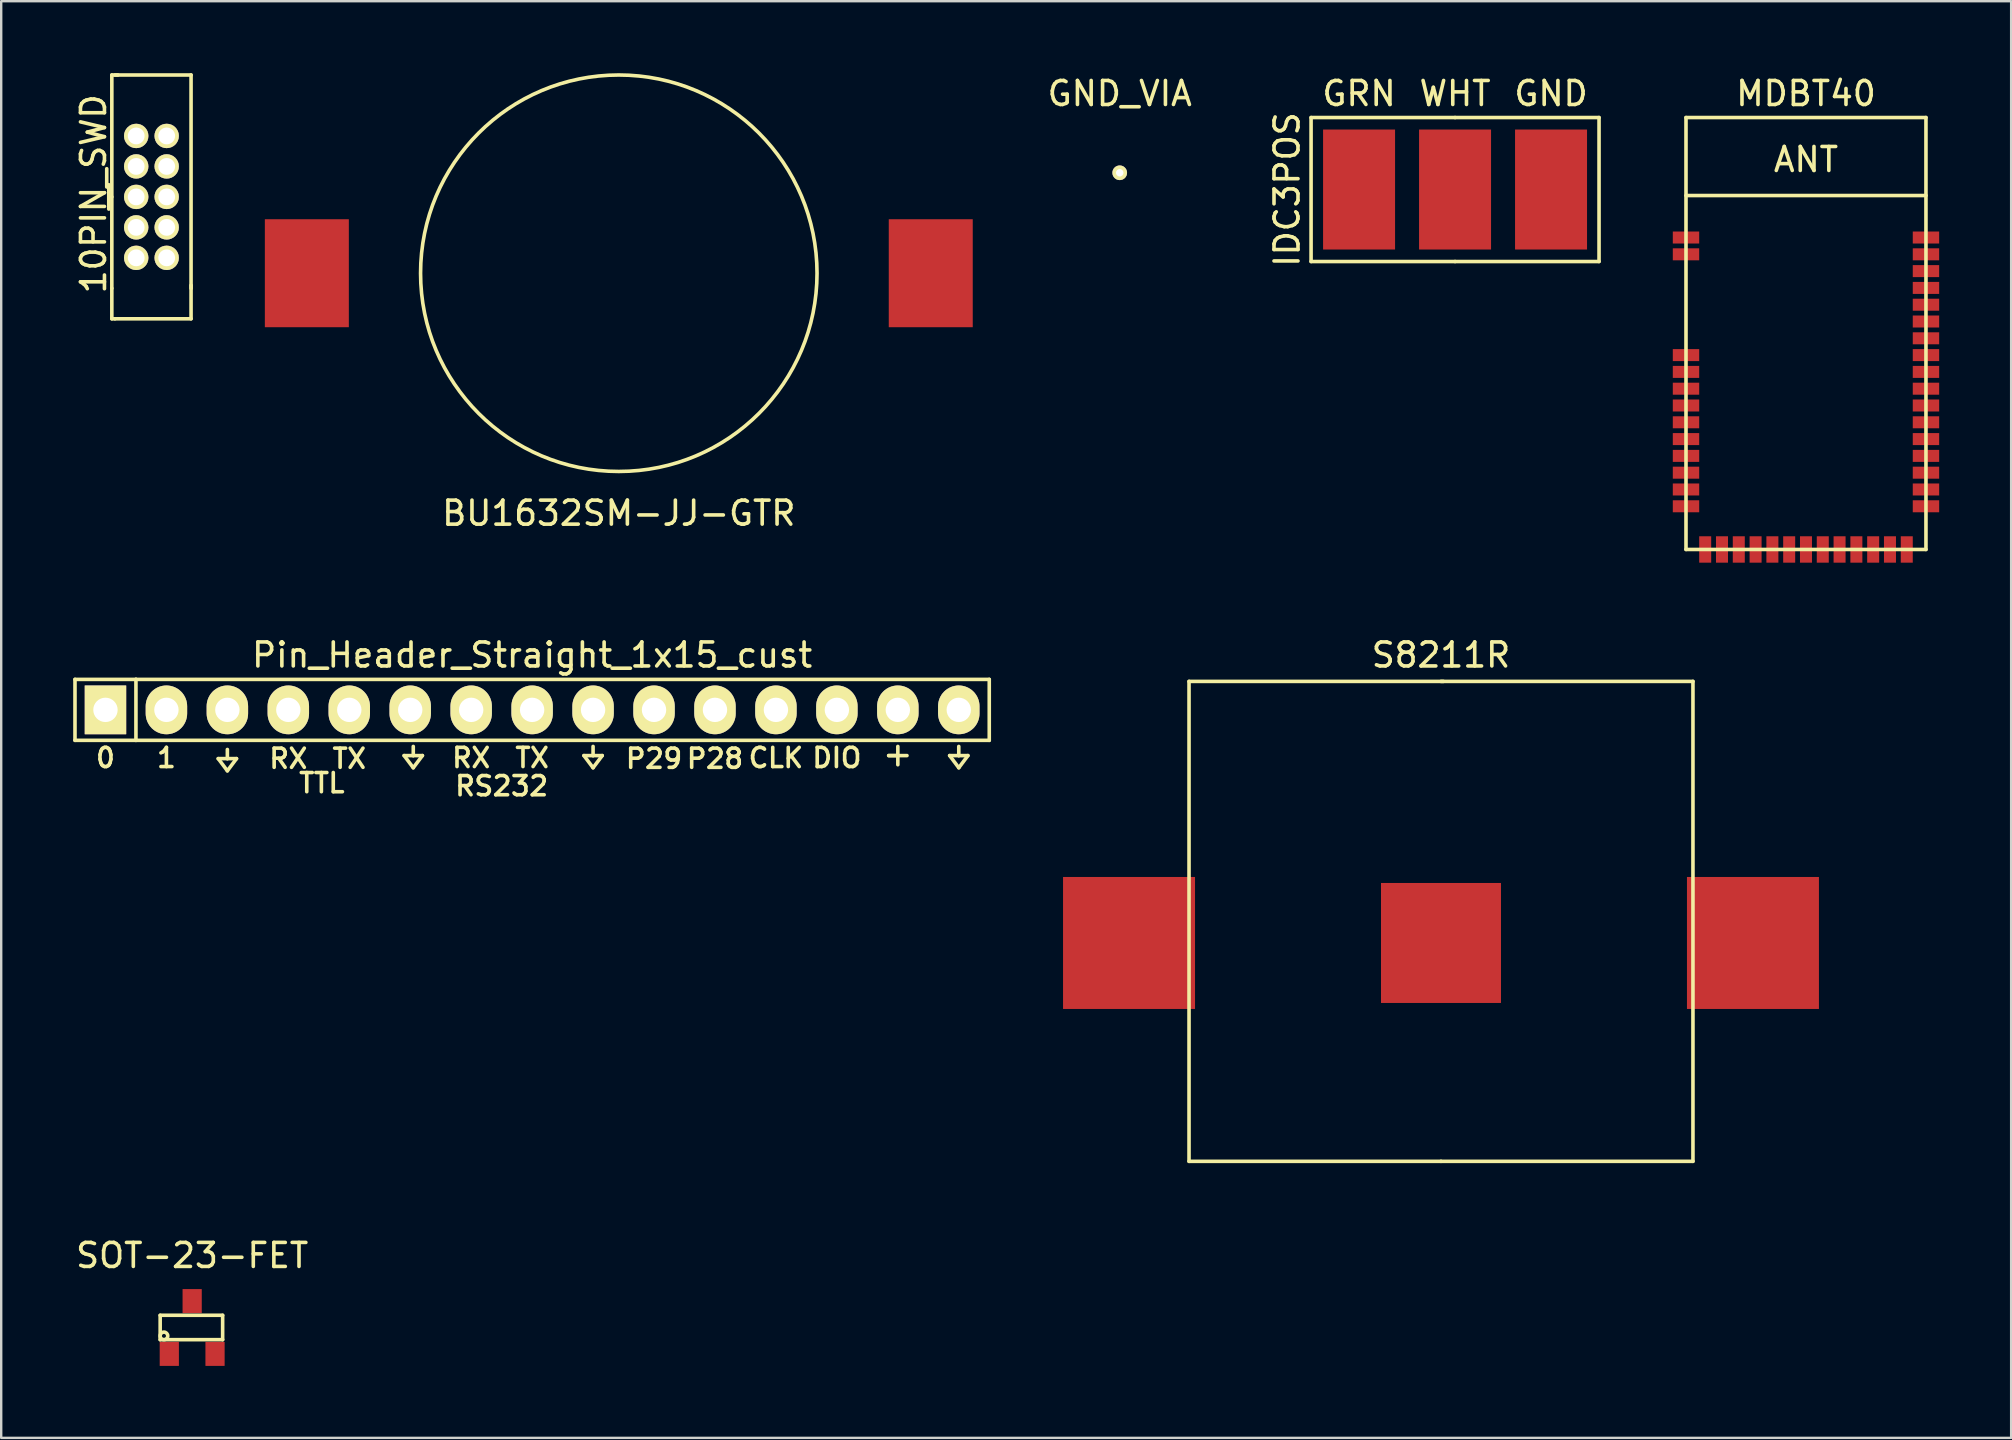
<source format=kicad_pcb>
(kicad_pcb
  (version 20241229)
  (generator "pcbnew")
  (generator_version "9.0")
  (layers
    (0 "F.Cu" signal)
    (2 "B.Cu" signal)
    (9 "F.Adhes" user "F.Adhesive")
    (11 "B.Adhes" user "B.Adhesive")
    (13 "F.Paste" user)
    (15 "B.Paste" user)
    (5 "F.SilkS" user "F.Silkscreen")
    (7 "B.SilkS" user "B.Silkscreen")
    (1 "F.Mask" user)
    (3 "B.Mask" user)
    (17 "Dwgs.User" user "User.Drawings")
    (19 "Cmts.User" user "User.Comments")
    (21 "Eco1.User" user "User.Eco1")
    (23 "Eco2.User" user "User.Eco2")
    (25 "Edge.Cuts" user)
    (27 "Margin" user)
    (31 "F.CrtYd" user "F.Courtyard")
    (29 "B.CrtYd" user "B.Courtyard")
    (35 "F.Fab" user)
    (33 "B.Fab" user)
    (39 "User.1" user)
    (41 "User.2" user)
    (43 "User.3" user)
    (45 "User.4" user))
  (footprint "SOT-23-FET"
    (layer "F.Cu")
    (at 4.958 52.27)
    (property "Reference" "SOT-23-FET" (at 0 -3 180) (layer "F.SilkS") (effects (font (size 1 1) (thickness 0.15))))
    (attr through_hole)
    (fp_line (start -1.333 -0.508) (end -1.333 0.508) (stroke (width 0.15) (type solid)) (layer "F.SilkS"))
    (fp_line (start -1.333 -0.508) (end 1.27 -0.508) (stroke (width 0.15) (type solid)) (layer "F.SilkS"))
    (fp_line (start 1.27 -0.508) (end 1.27 0.508) (stroke (width 0.15) (type solid)) (layer "F.SilkS"))
    (fp_line (start 1.27 0.508) (end -1.333 0.508) (stroke (width 0.15) (type solid)) (layer "F.SilkS"))
    (fp_circle (center -1.176 0.351) (end -1.3 0.45) (stroke (width 0.15) (type solid)) (fill no) (layer "F.SilkS"))
    (pad "D" smd rect (at 0 -1.1) (size 0.8 1.001) (layers "F.Cu" "F.Mask" "F.Paste"))
    (pad "G" smd rect (at -0.953 1.1) (size 0.8 1.001) (layers "F.Cu" "F.Mask" "F.Paste"))
    (pad "S" smd rect (at 0.953 1.1) (size 0.8 1.001) (layers "F.Cu" "F.Mask" "F.Paste")))
  (footprint "10PIN_SWD"
    (layer "F.Cu")
    (at 2.626 2.615)
    (property "Reference" "10PIN_SWD" (at -1.778 2.413 90) (layer "F.SilkS") (effects (font (size 1 1) (thickness 0.15))))
    (attr through_hole)
    (fp_line (start -1.143 3.048) (end -1.143 2.032) (stroke (width 0.15) (type solid)) (layer "F.SilkS"))
    (fp_line (start -1.016 -2.54) (end -0.762 -2.54) (stroke (width 0.15) (type solid)) (layer "F.SilkS"))
    (fp_line (start -1.016 2.54) (end -1.016 -2.54) (stroke (width 0.15) (type solid)) (layer "F.SilkS"))
    (fp_line (start -1.016 6.35) (end -1.016 2.54) (stroke (width 0.15) (type solid)) (layer "F.SilkS"))
    (fp_line (start -1.016 6.35) (end -1.016 7.62) (stroke (width 0.15) (type solid)) (layer "F.SilkS"))
    (fp_line (start -1.016 7.62) (end -0.889 7.62) (stroke (width 0.15) (type solid)) (layer "F.SilkS"))
    (fp_line (start -0.889 -2.54) (end 2.286 -2.54) (stroke (width 0.15) (type solid)) (layer "F.SilkS"))
    (fp_line (start -0.889 7.62) (end 2.286 7.62) (stroke (width 0.15) (type solid)) (layer "F.SilkS"))
    (fp_line (start 2.286 -2.54) (end 2.286 6.35) (stroke (width 0.15) (type solid)) (layer "F.SilkS"))
    (fp_line (start 2.286 7.62) (end 2.286 6.223) (stroke (width 0.15) (type solid)) (layer "F.SilkS"))
    (pad "1" thru_hole circle (at 0 0) (size 1.016 1.016) (drill 0.7) (layers "*.Cu" "*.Mask" "F.SilkS"))
    (pad "2" thru_hole circle (at 1.27 0) (size 1.016 1.016) (drill 0.7) (layers "*.Cu" "*.Mask" "F.SilkS"))
    (pad "3" thru_hole circle (at 0 1.27) (size 1.016 1.016) (drill 0.7) (layers "*.Cu" "*.Mask" "F.SilkS"))
    (pad "4" thru_hole circle (at 1.27 1.27) (size 1.016 1.016) (drill 0.7) (layers "*.Cu" "*.Mask" "F.SilkS"))
    (pad "5" thru_hole circle (at 0 2.54) (size 1.016 1.016) (drill 0.7) (layers "*.Cu" "*.Mask" "F.SilkS"))
    (pad "6" thru_hole circle (at 1.27 2.54) (size 1.016 1.016) (drill 0.7) (layers "*.Cu" "*.Mask" "F.SilkS"))
    (pad "7" thru_hole circle (at 0 3.81) (size 1.016 1.016) (drill 0.7) (layers "*.Cu" "*.Mask" "F.SilkS"))
    (pad "8" thru_hole circle (at 1.27 3.81) (size 1.016 1.016) (drill 0.7) (layers "*.Cu" "*.Mask" "F.SilkS"))
    (pad "9" thru_hole circle (at 0 5.08) (size 1.016 1.016) (drill 0.7) (layers "*.Cu" "*.Mask" "F.SilkS"))
    (pad "10" thru_hole circle (at 1.27 5.08) (size 1.016 1.016) (drill 0.7) (layers "*.Cu" "*.Mask" "F.SilkS")))
  (footprint "IDC3POS"
    (layer "F.Cu")
    (at 57.586 4.848)
    (property "Reference" "IDC3POS" (at -7 0 90) (layer "F.SilkS") (effects (font (size 1 1) (thickness 0.15))))
    (attr through_hole)
    (fp_line (start -6 -3) (end 0 -3) (stroke (width 0.15) (type solid)) (layer "F.SilkS"))
    (fp_line (start -6 3) (end -6 -3) (stroke (width 0.15) (type solid)) (layer "F.SilkS"))
    (fp_line (start 0 -3) (end 6 -3) (stroke (width 0.15) (type solid)) (layer "F.SilkS"))
    (fp_line (start 0 3) (end -6 3) (stroke (width 0.15) (type solid)) (layer "F.SilkS"))
    (fp_line (start 6 -3) (end 6 3) (stroke (width 0.15) (type solid)) (layer "F.SilkS"))
    (fp_line (start 6 3) (end 0 3) (stroke (width 0.15) (type solid)) (layer "F.SilkS"))
    (fp_text user "GRN" (at -4 -4 0) (layer "F.SilkS") (effects (font (size 1 1) (thickness 0.15))))
    (fp_text user "WHT" (at 0 -4 0) (layer "F.SilkS") (effects (font (size 1 1) (thickness 0.15))))
    (fp_text user "GND" (at 4 -4 0) (layer "F.SilkS") (effects (font (size 1 1) (thickness 0.15))))
    (pad "1" smd rect (at -4 0) (size 3 5) (layers "F.Cu" "F.Mask" "F.Paste"))
    (pad "2" smd rect (at 0 0) (size 3 5) (layers "F.Cu" "F.Mask" "F.Paste"))
    (pad "3" smd rect (at 4 0) (size 3 5) (layers "F.Cu" "F.Mask" "F.Paste")))
  (footprint "S8211R"
    (layer "F.Cu")
    (at 57 36.246)
    (property "Reference" "S8211R" (at 0 -12 0) (layer "F.SilkS") (effects (font (size 1 1) (thickness 0.15))))
    (attr through_hole)
    (fp_line (start -10.5 -10.9) (end 0.1 -10.9) (stroke (width 0.15) (type solid)) (layer "F.SilkS"))
    (fp_line (start -10.5 9.1) (end -10.5 -10.9) (stroke (width 0.15) (type solid)) (layer "F.SilkS"))
    (fp_line (start 0 -10.9) (end 10.5 -10.9) (stroke (width 0.15) (type solid)) (layer "F.SilkS"))
    (fp_line (start 0 9.1) (end -10.5 9.1) (stroke (width 0.15) (type solid)) (layer "F.SilkS"))
    (fp_line (start 10.5 -10.9) (end 10.5 9.1) (stroke (width 0.15) (type solid)) (layer "F.SilkS"))
    (fp_line (start 10.5 9.1) (end 0 9.1) (stroke (width 0.15) (type solid)) (layer "F.SilkS"))
    (pad "1" smd rect (at -13 0) (size 5.5 5.5) (layers "F.Cu" "F.Mask" "F.Paste"))
    (pad "1" smd rect (at 13 0) (size 5.5 5.5) (layers "F.Cu" "F.Mask" "F.Paste"))
    (pad "2" smd rect (at 0 0) (size 5 5) (layers "F.Cu" "F.Mask" "F.Paste")))
  (footprint "BU1632SM-JJ-GTR"
    (layer "F.Cu")
    (at 22.737 8.336)
    (property "Reference" "BU1632SM-JJ-GTR" (at 0 10 0) (layer "F.SilkS") (effects (font (size 1 1) (thickness 0.15))))
    (attr through_hole)
    (fp_circle (center 0 0) (end 8.2 1) (stroke (width 0.15) (type solid)) (fill no) (layer "F.SilkS"))
    (pad "1" smd rect (at -13 0) (size 3.5 4.5) (layers "F.Cu" "F.Mask" "F.Paste"))
    (pad "2" smd rect (at 13 0) (size 3.5 4.5) (layers "F.Cu" "F.Mask" "F.Paste")))
  (footprint "Pin_Header_Straight_1x15_cust"
    (layer "F.Cu")
    (at 19.125 26.532)
    (property "Reference" "Pin_Header_Straight_1x15_cust" (at 0 -2.286 0) (layer "F.SilkS") (effects (font (size 1 1) (thickness 0.15))))
    (attr through_hole)
    (fp_line (start -19.05 -1.27) (end -19.05 1.27) (stroke (width 0.15) (type solid)) (layer "F.SilkS"))
    (fp_line (start -19.05 -1.27) (end -16.51 -1.27) (stroke (width 0.15) (type solid)) (layer "F.SilkS"))
    (fp_line (start -19.05 1.27) (end -16.51 1.27) (stroke (width 0.15) (type solid)) (layer "F.SilkS"))
    (fp_line (start -16.51 -1.27) (end -16.51 1.27) (stroke (width 0.15) (type solid)) (layer "F.SilkS"))
    (fp_line (start -16.51 1.27) (end 19.05 1.27) (stroke (width 0.15) (type solid)) (layer "F.SilkS"))
    (fp_line (start -13.081 2.032) (end -12.7 2.54) (stroke (width 0.15) (type solid)) (layer "F.SilkS"))
    (fp_line (start -12.7 1.651) (end -12.7 2.032) (stroke (width 0.15) (type solid)) (layer "F.SilkS"))
    (fp_line (start -12.7 2.032) (end -13.081 2.032) (stroke (width 0.15) (type solid)) (layer "F.SilkS"))
    (fp_line (start -12.7 2.54) (end -12.319 2.032) (stroke (width 0.15) (type solid)) (layer "F.SilkS"))
    (fp_line (start -12.319 2.032) (end -12.7 2.032) (stroke (width 0.15) (type solid)) (layer "F.SilkS"))
    (fp_line (start -5.334 1.905) (end -4.953 2.413) (stroke (width 0.15) (type solid)) (layer "F.SilkS"))
    (fp_line (start -4.953 1.524) (end -4.953 1.905) (stroke (width 0.15) (type solid)) (layer "F.SilkS"))
    (fp_line (start -4.953 1.905) (end -5.334 1.905) (stroke (width 0.15) (type solid)) (layer "F.SilkS"))
    (fp_line (start -4.953 2.413) (end -4.572 1.905) (stroke (width 0.15) (type solid)) (layer "F.SilkS"))
    (fp_line (start -4.572 1.905) (end -4.953 1.905) (stroke (width 0.15) (type solid)) (layer "F.SilkS"))
    (fp_line (start 2.159 1.905) (end 2.54 2.413) (stroke (width 0.15) (type solid)) (layer "F.SilkS"))
    (fp_line (start 2.54 1.524) (end 2.54 1.905) (stroke (width 0.15) (type solid)) (layer "F.SilkS"))
    (fp_line (start 2.54 1.905) (end 2.159 1.905) (stroke (width 0.15) (type solid)) (layer "F.SilkS"))
    (fp_line (start 2.54 2.413) (end 2.921 1.905) (stroke (width 0.15) (type solid)) (layer "F.SilkS"))
    (fp_line (start 2.921 1.905) (end 2.54 1.905) (stroke (width 0.15) (type solid)) (layer "F.SilkS"))
    (fp_line (start 14.859 1.905) (end 15.621 1.905) (stroke (width 0.15) (type solid)) (layer "F.SilkS"))
    (fp_line (start 15.24 1.524) (end 15.24 2.286) (stroke (width 0.15) (type solid)) (layer "F.SilkS"))
    (fp_line (start 15.24 1.905) (end 14.859 1.905) (stroke (width 0.15) (type solid)) (layer "F.SilkS"))
    (fp_line (start 17.399 1.905) (end 17.78 2.413) (stroke (width 0.15) (type solid)) (layer "F.SilkS"))
    (fp_line (start 17.78 1.524) (end 17.78 1.905) (stroke (width 0.15) (type solid)) (layer "F.SilkS"))
    (fp_line (start 17.78 1.905) (end 17.399 1.905) (stroke (width 0.15) (type solid)) (layer "F.SilkS"))
    (fp_line (start 17.78 2.413) (end 18.161 1.905) (stroke (width 0.15) (type solid)) (layer "F.SilkS"))
    (fp_line (start 18.161 1.905) (end 17.78 1.905) (stroke (width 0.15) (type solid)) (layer "F.SilkS"))
    (fp_line (start 19.05 -1.27) (end -16.51 -1.27) (stroke (width 0.15) (type solid)) (layer "F.SilkS"))
    (fp_line (start 19.05 1.27) (end 19.05 -1.27) (stroke (width 0.15) (type solid)) (layer "F.SilkS"))
    (fp_text user "RS232" (at -1.27 3.175 0) (layer "F.SilkS") (effects (font (size 0.8 0.8) (thickness 0.15))))
    (fp_text user "CLK" (at 10.16 2 0) (layer "F.SilkS") (effects (font (size 0.8 0.8) (thickness 0.15))))
    (fp_text user "DIO" (at 12.7 2 0) (layer "F.SilkS") (effects (font (size 0.8 0.8) (thickness 0.15))))
    (fp_text user "0" (at -17.78 2 0) (layer "F.SilkS") (effects (font (size 0.8 0.8) (thickness 0.15))))
    (fp_text user "TTL" (at -8.763 3.048 0) (layer "F.SilkS") (effects (font (size 0.8 0.8) (thickness 0.15))))
    (fp_text user "TX" (at -7.62 2.032 0) (layer "F.SilkS") (effects (font (size 0.8 0.8) (thickness 0.15))))
    (fp_text user "RX" (at -2.54 2 0) (layer "F.SilkS") (effects (font (size 0.8 0.8) (thickness 0.15))))
    (fp_text user "TX" (at 0 2 0) (layer "F.SilkS") (effects (font (size 0.8 0.8) (thickness 0.15))))
    (fp_text user "P28" (at 7.62 2.032 0) (layer "F.SilkS") (effects (font (size 0.8 0.8) (thickness 0.15))))
    (fp_text user "P29" (at 5.08 2.032 0) (layer "F.SilkS") (effects (font (size 0.8 0.8) (thickness 0.15))))
    (fp_text user "RX" (at -10.16 2.032 0) (layer "F.SilkS") (effects (font (size 0.8 0.8) (thickness 0.15))))
    (fp_text user "1" (at -15.24 2 0) (layer "F.SilkS") (effects (font (size 0.8 0.8) (thickness 0.15))))
    (pad "1" thru_hole rect (at -17.78 0) (size 1.727 2.032) (drill 1.016) (layers "*.Cu" "*.Mask" "F.SilkS"))
    (pad "2" thru_hole oval (at -15.24 0) (size 1.727 2.032) (drill 1.016) (layers "*.Cu" "*.Mask" "F.SilkS"))
    (pad "3" thru_hole oval (at -12.7 0) (size 1.727 2.032) (drill 1.016) (layers "*.Cu" "*.Mask" "F.SilkS"))
    (pad "4" thru_hole oval (at -10.16 0) (size 1.727 2.032) (drill 1.016) (layers "*.Cu" "*.Mask" "F.SilkS"))
    (pad "5" thru_hole oval (at -7.62 0) (size 1.727 2.032) (drill 1.016) (layers "*.Cu" "*.Mask" "F.SilkS"))
    (pad "6" thru_hole oval (at -5.08 0) (size 1.727 2.032) (drill 1.016) (layers "*.Cu" "*.Mask" "F.SilkS"))
    (pad "7" thru_hole oval (at -2.54 0) (size 1.727 2.032) (drill 1.016) (layers "*.Cu" "*.Mask" "F.SilkS"))
    (pad "8" thru_hole oval (at 0 0) (size 1.727 2.032) (drill 1.016) (layers "*.Cu" "*.Mask" "F.SilkS"))
    (pad "9" thru_hole oval (at 2.54 0) (size 1.727 2.032) (drill 1.016) (layers "*.Cu" "*.Mask" "F.SilkS"))
    (pad "10" thru_hole oval (at 5.08 0) (size 1.727 2.032) (drill 1.016) (layers "*.Cu" "*.Mask" "F.SilkS"))
    (pad "11" thru_hole oval (at 7.62 0) (size 1.727 2.032) (drill 1.016) (layers "*.Cu" "*.Mask" "F.SilkS"))
    (pad "12" thru_hole oval (at 10.16 0) (size 1.727 2.032) (drill 1.016) (layers "*.Cu" "*.Mask" "F.SilkS"))
    (pad "13" thru_hole oval (at 12.7 0) (size 1.727 2.032) (drill 1.016) (layers "*.Cu" "*.Mask" "F.SilkS"))
    (pad "14" thru_hole oval (at 15.24 0) (size 1.727 2.032) (drill 1.016) (layers "*.Cu" "*.Mask" "F.SilkS"))
    (pad "15" thru_hole oval (at 17.78 0) (size 1.727 2.032) (drill 1.016) (layers "*.Cu" "*.Mask" "F.SilkS")))
  (footprint "GND_VIA"
    (layer "F.Cu")
    (at 43.612 4.15)
    (property "Reference" "GND_VIA" (at 0 -3.302 0) (layer "F.SilkS") (effects (font (size 1 1) (thickness 0.15))))
    (attr through_hole)
    (pad "1" thru_hole circle (at 0 0) (size 0.61 0.61) (drill 0.31) (layers "*.Cu" "*.Mask" "F.SilkS")))
  (footprint "MDBT40"
    (layer "F.Cu")
    (at 72.21 19.848)
    (property "Reference" "MDBT40" (at 0 -19 0) (layer "F.SilkS") (effects (font (size 1 1) (thickness 0.15))))
    (attr through_hole)
    (fp_line (start -5 -18) (end -5 0) (stroke (width 0.15) (type solid)) (layer "F.SilkS"))
    (fp_line (start -5 -14.75) (end 5 -14.75) (stroke (width 0.15) (type solid)) (layer "F.SilkS"))
    (fp_line (start -5 0) (end 5 0) (stroke (width 0.15) (type solid)) (layer "F.SilkS"))
    (fp_line (start 5 -18) (end -5 -18) (stroke (width 0.15) (type solid)) (layer "F.SilkS"))
    (fp_line (start 5 0) (end 5 -18) (stroke (width 0.15) (type solid)) (layer "F.SilkS"))
    (fp_text user "ANT" (at 0 -16.25 0) (layer "F.SilkS") (effects (font (size 1 1) (thickness 0.15))))
    (pad "1" smd rect (at -5 -13) (size 1.1 0.5) (layers "F.Cu" "F.Mask" "F.Paste"))
    (pad "2" smd rect (at -5 -12.3) (size 1.1 0.5) (layers "F.Cu" "F.Mask" "F.Paste"))
    (pad "3" smd rect (at -5 -8.1) (size 1.1 0.5) (layers "F.Cu" "F.Mask" "F.Paste"))
    (pad "4" smd rect (at -5 -7.4) (size 1.1 0.5) (layers "F.Cu" "F.Mask" "F.Paste"))
    (pad "5" smd rect (at -5 -6.7) (size 1.1 0.5) (layers "F.Cu" "F.Mask" "F.Paste"))
    (pad "6" smd rect (at -5 -6) (size 1.1 0.5) (layers "F.Cu" "F.Mask" "F.Paste"))
    (pad "7" smd rect (at -5 -5.3) (size 1.1 0.5) (layers "F.Cu" "F.Mask" "F.Paste"))
    (pad "8" smd rect (at -5 -4.6) (size 1.1 0.5) (layers "F.Cu" "F.Mask" "F.Paste"))
    (pad "9" smd rect (at -5 -3.9) (size 1.1 0.5) (layers "F.Cu" "F.Mask" "F.Paste"))
    (pad "10" smd rect (at -5 -3.2) (size 1.1 0.5) (layers "F.Cu" "F.Mask" "F.Paste"))
    (pad "11" smd rect (at -5 -2.5) (size 1.1 0.5) (layers "F.Cu" "F.Mask" "F.Paste"))
    (pad "12" smd rect (at -5 -1.8) (size 1.1 0.5) (layers "F.Cu" "F.Mask" "F.Paste"))
    (pad "13" smd rect (at -4.2 0) (size 0.5 1.1) (layers "F.Cu" "F.Mask" "F.Paste"))
    (pad "14" smd rect (at -3.5 0) (size 0.5 1.1) (layers "F.Cu" "F.Mask" "F.Paste"))
    (pad "15" smd rect (at -2.8 0) (size 0.5 1.1) (layers "F.Cu" "F.Mask" "F.Paste"))
    (pad "16" smd rect (at -2.1 0) (size 0.5 1.1) (layers "F.Cu" "F.Mask" "F.Paste"))
    (pad "17" smd rect (at -1.4 0) (size 0.5 1.1) (layers "F.Cu" "F.Mask" "F.Paste"))
    (pad "18" smd rect (at -0.7 0) (size 0.5 1.1) (layers "F.Cu" "F.Mask" "F.Paste"))
    (pad "19" smd rect (at 0 0) (size 0.5 1.1) (layers "F.Cu" "F.Mask" "F.Paste"))
    (pad "20" smd rect (at 0.7 0) (size 0.5 1.1) (layers "F.Cu" "F.Mask" "F.Paste"))
    (pad "21" smd rect (at 1.4 0) (size 0.5 1.1) (layers "F.Cu" "F.Mask" "F.Paste"))
    (pad "22" smd rect (at 2.1 0) (size 0.5 1.1) (layers "F.Cu" "F.Mask" "F.Paste"))
    (pad "23" smd rect (at 2.8 0) (size 0.5 1.1) (layers "F.Cu" "F.Mask" "F.Paste"))
    (pad "24" smd rect (at 3.5 0) (size 0.5 1.1) (layers "F.Cu" "F.Mask" "F.Paste"))
    (pad "25" smd rect (at 4.2 0) (size 0.5 1.1) (layers "F.Cu" "F.Mask" "F.Paste"))
    (pad "26" smd rect (at 5 -1.8) (size 1.1 0.5) (layers "F.Cu" "F.Mask" "F.Paste"))
    (pad "27" smd rect (at 5 -2.5) (size 1.1 0.5) (layers "F.Cu" "F.Mask" "F.Paste"))
    (pad "28" smd rect (at 5 -3.2) (size 1.1 0.5) (layers "F.Cu" "F.Mask" "F.Paste"))
    (pad "29" smd rect (at 5 -3.9) (size 1.1 0.5) (layers "F.Cu" "F.Mask" "F.Paste"))
    (pad "30" smd rect (at 5 -4.6) (size 1.1 0.5) (layers "F.Cu" "F.Mask" "F.Paste"))
    (pad "31" smd rect (at 5 -5.3) (size 1.1 0.5) (layers "F.Cu" "F.Mask" "F.Paste"))
    (pad "32" smd rect (at 5 -6) (size 1.1 0.5) (layers "F.Cu" "F.Mask" "F.Paste"))
    (pad "33" smd rect (at 5 -6.7) (size 1.1 0.5) (layers "F.Cu" "F.Mask" "F.Paste"))
    (pad "34" smd rect (at 5 -7.4) (size 1.1 0.5) (layers "F.Cu" "F.Mask" "F.Paste"))
    (pad "35" smd rect (at 5 -8.1) (size 1.1 0.5) (layers "F.Cu" "F.Mask" "F.Paste"))
    (pad "36" smd rect (at 5 -8.8) (size 1.1 0.5) (layers "F.Cu" "F.Mask" "F.Paste"))
    (pad "37" smd rect (at 5 -9.5) (size 1.1 0.5) (layers "F.Cu" "F.Mask" "F.Paste"))
    (pad "38" smd rect (at 5 -10.2) (size 1.1 0.5) (layers "F.Cu" "F.Mask" "F.Paste"))
    (pad "39" smd rect (at 5 -10.9) (size 1.1 0.5) (layers "F.Cu" "F.Mask" "F.Paste"))
    (pad "40" smd rect (at 5 -11.6) (size 1.1 0.5) (layers "F.Cu" "F.Mask" "F.Paste"))
    (pad "41" smd rect (at 5 -12.3) (size 1.1 0.5) (layers "F.Cu" "F.Mask" "F.Paste"))
    (pad "42" smd rect (at 5 -13) (size 1.1 0.5) (layers "F.Cu" "F.Mask" "F.Paste")))
  (gr_rect
    (start -3 -3)
    (end 80.76 56.87)
    (stroke (width 0.1) (type default))
    (fill no)
    (layer "Edge.Cuts")))
</source>
